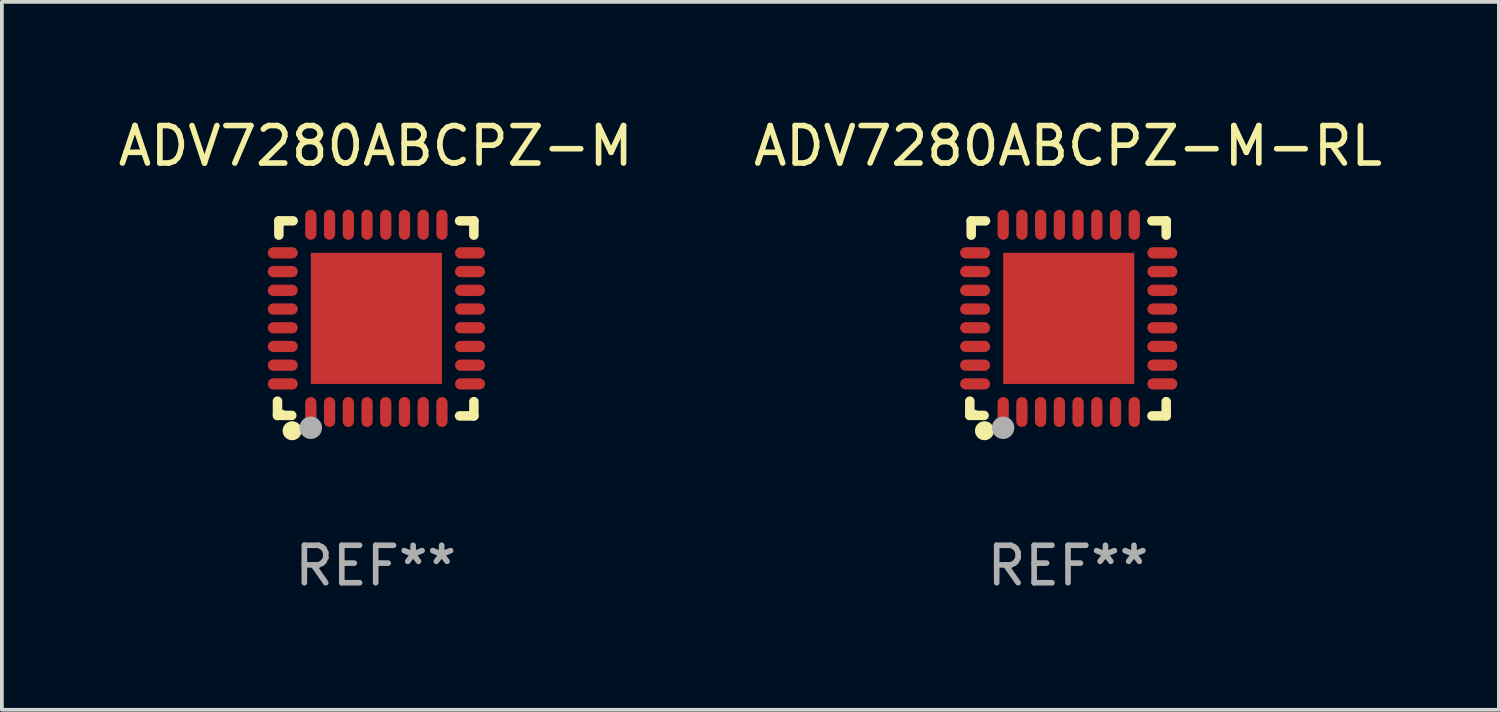
<source format=kicad_pcb>
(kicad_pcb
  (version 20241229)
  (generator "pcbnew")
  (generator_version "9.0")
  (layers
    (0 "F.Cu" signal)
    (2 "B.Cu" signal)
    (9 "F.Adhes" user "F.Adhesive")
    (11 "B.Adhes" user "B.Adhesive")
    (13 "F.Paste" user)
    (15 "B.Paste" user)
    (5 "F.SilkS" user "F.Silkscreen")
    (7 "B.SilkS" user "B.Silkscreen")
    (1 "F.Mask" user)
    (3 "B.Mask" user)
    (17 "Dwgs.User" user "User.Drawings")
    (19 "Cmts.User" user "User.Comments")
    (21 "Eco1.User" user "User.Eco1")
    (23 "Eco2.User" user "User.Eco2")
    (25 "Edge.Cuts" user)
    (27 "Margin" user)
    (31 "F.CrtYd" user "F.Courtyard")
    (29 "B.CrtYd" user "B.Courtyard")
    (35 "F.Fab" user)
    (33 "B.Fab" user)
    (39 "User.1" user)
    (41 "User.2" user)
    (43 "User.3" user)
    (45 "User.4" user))
  (footprint "ADV7280ABCPZ-M-RL"
    (layer "F.Cu")
    (at 25.47 5.452)
    (property "Reference" "ADV7280ABCPZ-M-RL" (at 0 -4.604 0) (layer "F.SilkS") (effects (font (size 1 1) (thickness 0.15))))
    (attr through_hole)
    (fp_line (start -2.622 2.21) (end -2.622 2.591) (stroke (width 0.254) (type solid)) (layer "F.SilkS"))
    (fp_line (start -2.622 2.591) (end -2.241 2.591) (stroke (width 0.254) (type solid)) (layer "F.SilkS"))
    (fp_line (start -2.585 -2.604) (end -2.585 -2.223) (stroke (width 0.254) (type solid)) (layer "F.SilkS"))
    (fp_line (start -2.204 -2.604) (end -2.585 -2.604) (stroke (width 0.254) (type solid)) (layer "F.SilkS"))
    (fp_line (start 2.241 2.604) (end 2.622 2.604) (stroke (width 0.254) (type solid)) (layer "F.SilkS"))
    (fp_line (start 2.622 -2.604) (end 2.241 -2.604) (stroke (width 0.254) (type solid)) (layer "F.SilkS"))
    (fp_line (start 2.622 -2.223) (end 2.622 -2.604) (stroke (width 0.254) (type solid)) (layer "F.SilkS"))
    (fp_line (start 2.622 2.604) (end 2.622 2.223) (stroke (width 0.254) (type solid)) (layer "F.SilkS"))
    (fp_circle (center -2.481 2.5) (end -2.451 2.5) (stroke (width 0.06) (type solid)) (fill no) (layer "F.SilkS"))
    (fp_circle (center -2.231 3) (end -2.104 3) (stroke (width 0.254) (type solid)) (fill no) (layer "F.SilkS"))
    (fp_circle (center -1.733 2.921) (end -1.583 2.921) (stroke (width 0.3) (type solid)) (fill no) (layer "F.Fab"))
    (fp_text user "REF**" (at 0 6.604 0) (layer "F.Fab") (effects (font (size 1 1) (thickness 0.15))))
    (pad "1" smd oval (at -1.731 2.5 90) (size 0.8 0.3) (layers "F.Cu" "F.Mask" "F.Paste"))
    (pad "2" smd oval (at -1.231 2.5 90) (size 0.8 0.3) (layers "F.Cu" "F.Mask" "F.Paste"))
    (pad "3" smd oval (at -0.731 2.5 90) (size 0.8 0.3) (layers "F.Cu" "F.Mask" "F.Paste"))
    (pad "4" smd oval (at -0.231 2.5 90) (size 0.8 0.3) (layers "F.Cu" "F.Mask" "F.Paste"))
    (pad "5" smd oval (at 0.269 2.5 90) (size 0.8 0.3) (layers "F.Cu" "F.Mask" "F.Paste"))
    (pad "6" smd oval (at 0.769 2.5 90) (size 0.8 0.3) (layers "F.Cu" "F.Mask" "F.Paste"))
    (pad "7" smd oval (at 1.269 2.5 90) (size 0.8 0.3) (layers "F.Cu" "F.Mask" "F.Paste"))
    (pad "8" smd oval (at 1.769 2.5 90) (size 0.8 0.3) (layers "F.Cu" "F.Mask" "F.Paste"))
    (pad "9" smd oval (at 2.519 1.75 180) (size 0.8 0.3) (layers "F.Cu" "F.Mask" "F.Paste"))
    (pad "10" smd oval (at 2.519 1.25 180) (size 0.8 0.3) (layers "F.Cu" "F.Mask" "F.Paste"))
    (pad "11" smd oval (at 2.519 0.75 180) (size 0.8 0.3) (layers "F.Cu" "F.Mask" "F.Paste"))
    (pad "12" smd oval (at 2.519 0.25 180) (size 0.8 0.3) (layers "F.Cu" "F.Mask" "F.Paste"))
    (pad "13" smd oval (at 2.519 -0.25 180) (size 0.8 0.3) (layers "F.Cu" "F.Mask" "F.Paste"))
    (pad "14" smd oval (at 2.519 -0.75 180) (size 0.8 0.3) (layers "F.Cu" "F.Mask" "F.Paste"))
    (pad "15" smd oval (at 2.519 -1.25 180) (size 0.8 0.3) (layers "F.Cu" "F.Mask" "F.Paste"))
    (pad "16" smd oval (at 2.519 -1.75 180) (size 0.8 0.3) (layers "F.Cu" "F.Mask" "F.Paste"))
    (pad "17" smd oval (at 1.769 -2.5 270) (size 0.8 0.3) (layers "F.Cu" "F.Mask" "F.Paste"))
    (pad "18" smd oval (at 1.269 -2.5 270) (size 0.8 0.3) (layers "F.Cu" "F.Mask" "F.Paste"))
    (pad "19" smd oval (at 0.769 -2.5 270) (size 0.8 0.3) (layers "F.Cu" "F.Mask" "F.Paste"))
    (pad "20" smd oval (at 0.269 -2.5 270) (size 0.8 0.3) (layers "F.Cu" "F.Mask" "F.Paste"))
    (pad "21" smd oval (at -0.231 -2.5 270) (size 0.8 0.3) (layers "F.Cu" "F.Mask" "F.Paste"))
    (pad "22" smd oval (at -0.731 -2.5 270) (size 0.8 0.3) (layers "F.Cu" "F.Mask" "F.Paste"))
    (pad "23" smd oval (at -1.231 -2.5 270) (size 0.8 0.3) (layers "F.Cu" "F.Mask" "F.Paste"))
    (pad "24" smd oval (at -1.731 -2.5 270) (size 0.8 0.3) (layers "F.Cu" "F.Mask" "F.Paste"))
    (pad "25" smd oval (at -2.481 -1.75) (size 0.8 0.3) (layers "F.Cu" "F.Mask" "F.Paste"))
    (pad "26" smd oval (at -2.481 -1.25) (size 0.8 0.3) (layers "F.Cu" "F.Mask" "F.Paste"))
    (pad "27" smd oval (at -2.481 -0.75) (size 0.8 0.3) (layers "F.Cu" "F.Mask" "F.Paste"))
    (pad "28" smd oval (at -2.481 -0.25) (size 0.8 0.3) (layers "F.Cu" "F.Mask" "F.Paste"))
    (pad "29" smd oval (at -2.481 0.25) (size 0.8 0.3) (layers "F.Cu" "F.Mask" "F.Paste"))
    (pad "30" smd oval (at -2.481 0.75) (size 0.8 0.3) (layers "F.Cu" "F.Mask" "F.Paste"))
    (pad "31" smd oval (at -2.481 1.25) (size 0.8 0.3) (layers "F.Cu" "F.Mask" "F.Paste"))
    (pad "32" smd oval (at -2.481 1.75) (size 0.8 0.3) (layers "F.Cu" "F.Mask" "F.Paste"))
    (pad "33" smd rect (at 0.019 -0.000025 90) (size 3.5 3.5) (layers "F.Cu" "F.Mask" "F.Paste")))
  (footprint "ADV7280ABCPZ-M"
    (layer "F.Cu")
    (at 6.982 5.452)
    (property "Reference" "ADV7280ABCPZ-M" (at 0 -4.604 0) (layer "F.SilkS") (effects (font (size 1 1) (thickness 0.15))))
    (attr through_hole)
    (fp_line (start -2.622 2.21) (end -2.622 2.591) (stroke (width 0.254) (type solid)) (layer "F.SilkS"))
    (fp_line (start -2.622 2.591) (end -2.241 2.591) (stroke (width 0.254) (type solid)) (layer "F.SilkS"))
    (fp_line (start -2.585 -2.604) (end -2.585 -2.223) (stroke (width 0.254) (type solid)) (layer "F.SilkS"))
    (fp_line (start -2.204 -2.604) (end -2.585 -2.604) (stroke (width 0.254) (type solid)) (layer "F.SilkS"))
    (fp_line (start 2.241 2.604) (end 2.622 2.604) (stroke (width 0.254) (type solid)) (layer "F.SilkS"))
    (fp_line (start 2.622 -2.604) (end 2.241 -2.604) (stroke (width 0.254) (type solid)) (layer "F.SilkS"))
    (fp_line (start 2.622 -2.223) (end 2.622 -2.604) (stroke (width 0.254) (type solid)) (layer "F.SilkS"))
    (fp_line (start 2.622 2.604) (end 2.622 2.223) (stroke (width 0.254) (type solid)) (layer "F.SilkS"))
    (fp_circle (center -2.481 2.5) (end -2.451 2.5) (stroke (width 0.06) (type solid)) (fill no) (layer "F.SilkS"))
    (fp_circle (center -2.231 3) (end -2.104 3) (stroke (width 0.254) (type solid)) (fill no) (layer "F.SilkS"))
    (fp_circle (center -1.733 2.921) (end -1.583 2.921) (stroke (width 0.3) (type solid)) (fill no) (layer "F.Fab"))
    (fp_text user "REF**" (at 0 6.604 0) (layer "F.Fab") (effects (font (size 1 1) (thickness 0.15))))
    (pad "1" smd oval (at -1.731 2.5 90) (size 0.8 0.3) (layers "F.Cu" "F.Mask" "F.Paste"))
    (pad "2" smd oval (at -1.231 2.5 90) (size 0.8 0.3) (layers "F.Cu" "F.Mask" "F.Paste"))
    (pad "3" smd oval (at -0.731 2.5 90) (size 0.8 0.3) (layers "F.Cu" "F.Mask" "F.Paste"))
    (pad "4" smd oval (at -0.231 2.5 90) (size 0.8 0.3) (layers "F.Cu" "F.Mask" "F.Paste"))
    (pad "5" smd oval (at 0.269 2.5 90) (size 0.8 0.3) (layers "F.Cu" "F.Mask" "F.Paste"))
    (pad "6" smd oval (at 0.769 2.5 90) (size 0.8 0.3) (layers "F.Cu" "F.Mask" "F.Paste"))
    (pad "7" smd oval (at 1.269 2.5 90) (size 0.8 0.3) (layers "F.Cu" "F.Mask" "F.Paste"))
    (pad "8" smd oval (at 1.769 2.5 90) (size 0.8 0.3) (layers "F.Cu" "F.Mask" "F.Paste"))
    (pad "9" smd oval (at 2.519 1.75 180) (size 0.8 0.3) (layers "F.Cu" "F.Mask" "F.Paste"))
    (pad "10" smd oval (at 2.519 1.25 180) (size 0.8 0.3) (layers "F.Cu" "F.Mask" "F.Paste"))
    (pad "11" smd oval (at 2.519 0.75 180) (size 0.8 0.3) (layers "F.Cu" "F.Mask" "F.Paste"))
    (pad "12" smd oval (at 2.519 0.25 180) (size 0.8 0.3) (layers "F.Cu" "F.Mask" "F.Paste"))
    (pad "13" smd oval (at 2.519 -0.25 180) (size 0.8 0.3) (layers "F.Cu" "F.Mask" "F.Paste"))
    (pad "14" smd oval (at 2.519 -0.75 180) (size 0.8 0.3) (layers "F.Cu" "F.Mask" "F.Paste"))
    (pad "15" smd oval (at 2.519 -1.25 180) (size 0.8 0.3) (layers "F.Cu" "F.Mask" "F.Paste"))
    (pad "16" smd oval (at 2.519 -1.75 180) (size 0.8 0.3) (layers "F.Cu" "F.Mask" "F.Paste"))
    (pad "17" smd oval (at 1.769 -2.5 270) (size 0.8 0.3) (layers "F.Cu" "F.Mask" "F.Paste"))
    (pad "18" smd oval (at 1.269 -2.5 270) (size 0.8 0.3) (layers "F.Cu" "F.Mask" "F.Paste"))
    (pad "19" smd oval (at 0.769 -2.5 270) (size 0.8 0.3) (layers "F.Cu" "F.Mask" "F.Paste"))
    (pad "20" smd oval (at 0.269 -2.5 270) (size 0.8 0.3) (layers "F.Cu" "F.Mask" "F.Paste"))
    (pad "21" smd oval (at -0.231 -2.5 270) (size 0.8 0.3) (layers "F.Cu" "F.Mask" "F.Paste"))
    (pad "22" smd oval (at -0.731 -2.5 270) (size 0.8 0.3) (layers "F.Cu" "F.Mask" "F.Paste"))
    (pad "23" smd oval (at -1.231 -2.5 270) (size 0.8 0.3) (layers "F.Cu" "F.Mask" "F.Paste"))
    (pad "24" smd oval (at -1.731 -2.5 270) (size 0.8 0.3) (layers "F.Cu" "F.Mask" "F.Paste"))
    (pad "25" smd oval (at -2.481 -1.75) (size 0.8 0.3) (layers "F.Cu" "F.Mask" "F.Paste"))
    (pad "26" smd oval (at -2.481 -1.25) (size 0.8 0.3) (layers "F.Cu" "F.Mask" "F.Paste"))
    (pad "27" smd oval (at -2.481 -0.75) (size 0.8 0.3) (layers "F.Cu" "F.Mask" "F.Paste"))
    (pad "28" smd oval (at -2.481 -0.25) (size 0.8 0.3) (layers "F.Cu" "F.Mask" "F.Paste"))
    (pad "29" smd oval (at -2.481 0.25) (size 0.8 0.3) (layers "F.Cu" "F.Mask" "F.Paste"))
    (pad "30" smd oval (at -2.481 0.75) (size 0.8 0.3) (layers "F.Cu" "F.Mask" "F.Paste"))
    (pad "31" smd oval (at -2.481 1.25) (size 0.8 0.3) (layers "F.Cu" "F.Mask" "F.Paste"))
    (pad "32" smd oval (at -2.481 1.75) (size 0.8 0.3) (layers "F.Cu" "F.Mask" "F.Paste"))
    (pad "33" smd rect (at 0.019 -0.000025 90) (size 3.5 3.5) (layers "F.Cu" "F.Mask" "F.Paste")))
  (gr_rect
    (start -3 -3)
    (end 36.976 15.904)
    (stroke (width 0.1) (type default))
    (fill no)
    (layer "Edge.Cuts")))
</source>
